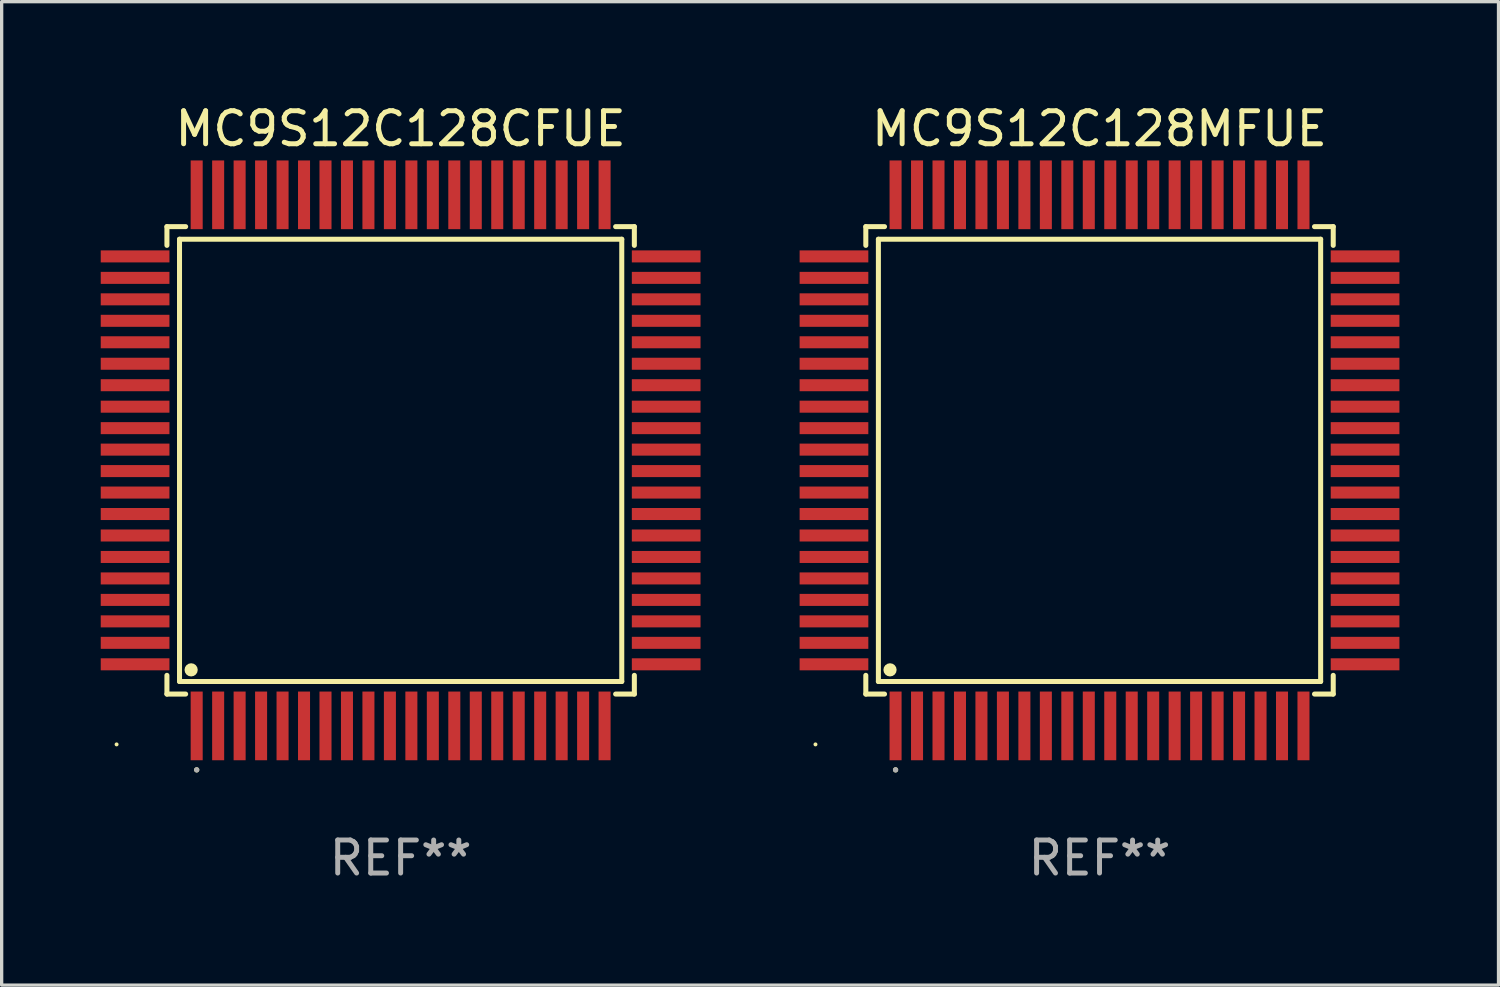
<source format=kicad_pcb>
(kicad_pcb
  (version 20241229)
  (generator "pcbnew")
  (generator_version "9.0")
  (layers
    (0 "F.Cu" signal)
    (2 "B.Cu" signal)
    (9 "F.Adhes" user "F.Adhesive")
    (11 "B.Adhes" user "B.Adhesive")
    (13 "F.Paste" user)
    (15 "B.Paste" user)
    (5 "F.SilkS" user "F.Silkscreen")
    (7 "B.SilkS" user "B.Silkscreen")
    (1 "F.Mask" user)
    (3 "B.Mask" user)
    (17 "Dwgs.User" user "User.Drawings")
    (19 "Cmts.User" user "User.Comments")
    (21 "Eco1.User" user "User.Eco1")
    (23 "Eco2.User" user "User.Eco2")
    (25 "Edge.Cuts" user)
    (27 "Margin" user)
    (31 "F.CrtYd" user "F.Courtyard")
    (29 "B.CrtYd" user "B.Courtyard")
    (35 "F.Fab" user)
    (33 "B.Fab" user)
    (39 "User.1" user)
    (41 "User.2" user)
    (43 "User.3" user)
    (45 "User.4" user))
  (footprint "MC9S12C128CFUE"
    (layer "F.Cu")
    (at 9.08 10.888)
    (property "Reference" "MC9S12C128CFUE" (at 0 -10.04 0) (layer "F.SilkS") (effects (font (size 1 1) (thickness 0.15))))
    (attr through_hole)
    (fp_line (start -7.076 -7.076) (end -7.076 -6.509) (stroke (width 0.152) (type solid)) (layer "F.SilkS"))
    (fp_line (start -7.076 7.076) (end -7.076 6.509) (stroke (width 0.152) (type solid)) (layer "F.SilkS"))
    (fp_line (start -6.695 -6.695) (end 6.695 -6.695) (stroke (width 0.152) (type solid)) (layer "F.SilkS"))
    (fp_line (start -6.695 6.695) (end -6.695 -6.695) (stroke (width 0.152) (type solid)) (layer "F.SilkS"))
    (fp_line (start -6.509 -7.076) (end -7.076 -7.076) (stroke (width 0.152) (type solid)) (layer "F.SilkS"))
    (fp_line (start -6.509 7.076) (end -7.076 7.076) (stroke (width 0.152) (type solid)) (layer "F.SilkS"))
    (fp_line (start 6.509 -7.076) (end 7.076 -7.076) (stroke (width 0.152) (type solid)) (layer "F.SilkS"))
    (fp_line (start 6.509 7.076) (end 7.076 7.076) (stroke (width 0.152) (type solid)) (layer "F.SilkS"))
    (fp_line (start 6.695 -6.695) (end 6.695 6.695) (stroke (width 0.152) (type solid)) (layer "F.SilkS"))
    (fp_line (start 6.695 6.695) (end -6.695 6.695) (stroke (width 0.152) (type solid)) (layer "F.SilkS"))
    (fp_line (start 7.076 -7.076) (end 7.076 -6.509) (stroke (width 0.152) (type solid)) (layer "F.SilkS"))
    (fp_line (start 7.076 7.076) (end 7.076 6.509) (stroke (width 0.152) (type solid)) (layer "F.SilkS"))
    (fp_circle (center -8.6 8.6) (end -8.57 8.6) (stroke (width 0.06) (type solid)) (fill no) (layer "F.SilkS"))
    (fp_circle (center -6.343 6.343) (end -6.243 6.343) (stroke (width 0.2) (type solid)) (fill no) (layer "F.SilkS"))
    (fp_circle (center -6.175 9.371) (end -6.135 9.371) (stroke (width 0.08) (type solid)) (fill no) (layer "F.SilkS"))
    (fp_circle (center -6.175 9.371) (end -6.135 9.371) (stroke (width 0.08) (type solid)) (fill no) (layer "F.Fab"))
    (fp_text user "REF**" (at 0 12.04 0) (layer "F.Fab") (effects (font (size 1 1) (thickness 0.15))))
    (pad "1" smd rect (at -6.175 8.04) (size 0.364 2.08) (layers "F.Cu" "F.Mask" "F.Paste"))
    (pad "2" smd rect (at -5.525 8.04) (size 0.364 2.08) (layers "F.Cu" "F.Mask" "F.Paste"))
    (pad "3" smd rect (at -4.875 8.04) (size 0.364 2.08) (layers "F.Cu" "F.Mask" "F.Paste"))
    (pad "4" smd rect (at -4.225 8.04) (size 0.364 2.08) (layers "F.Cu" "F.Mask" "F.Paste"))
    (pad "5" smd rect (at -3.575 8.04) (size 0.364 2.08) (layers "F.Cu" "F.Mask" "F.Paste"))
    (pad "6" smd rect (at -2.925 8.04) (size 0.364 2.08) (layers "F.Cu" "F.Mask" "F.Paste"))
    (pad "7" smd rect (at -2.275 8.04) (size 0.364 2.08) (layers "F.Cu" "F.Mask" "F.Paste"))
    (pad "8" smd rect (at -1.625 8.04) (size 0.364 2.08) (layers "F.Cu" "F.Mask" "F.Paste"))
    (pad "9" smd rect (at -0.975 8.04) (size 0.364 2.08) (layers "F.Cu" "F.Mask" "F.Paste"))
    (pad "10" smd rect (at -0.325 8.04) (size 0.364 2.08) (layers "F.Cu" "F.Mask" "F.Paste"))
    (pad "11" smd rect (at 0.325 8.04) (size 0.364 2.08) (layers "F.Cu" "F.Mask" "F.Paste"))
    (pad "12" smd rect (at 0.975 8.04) (size 0.364 2.08) (layers "F.Cu" "F.Mask" "F.Paste"))
    (pad "13" smd rect (at 1.625 8.04) (size 0.364 2.08) (layers "F.Cu" "F.Mask" "F.Paste"))
    (pad "14" smd rect (at 2.275 8.04) (size 0.364 2.08) (layers "F.Cu" "F.Mask" "F.Paste"))
    (pad "15" smd rect (at 2.925 8.04) (size 0.364 2.08) (layers "F.Cu" "F.Mask" "F.Paste"))
    (pad "16" smd rect (at 3.575 8.04) (size 0.364 2.08) (layers "F.Cu" "F.Mask" "F.Paste"))
    (pad "17" smd rect (at 4.225 8.04) (size 0.364 2.08) (layers "F.Cu" "F.Mask" "F.Paste"))
    (pad "18" smd rect (at 4.875 8.04) (size 0.364 2.08) (layers "F.Cu" "F.Mask" "F.Paste"))
    (pad "19" smd rect (at 5.525 8.04) (size 0.364 2.08) (layers "F.Cu" "F.Mask" "F.Paste"))
    (pad "20" smd rect (at 6.175 8.04) (size 0.364 2.08) (layers "F.Cu" "F.Mask" "F.Paste"))
    (pad "21" smd rect (at 8.04 6.175) (size 2.08 0.364) (layers "F.Cu" "F.Mask" "F.Paste"))
    (pad "22" smd rect (at 8.04 5.525) (size 2.08 0.364) (layers "F.Cu" "F.Mask" "F.Paste"))
    (pad "23" smd rect (at 8.04 4.875) (size 2.08 0.364) (layers "F.Cu" "F.Mask" "F.Paste"))
    (pad "24" smd rect (at 8.04 4.225) (size 2.08 0.364) (layers "F.Cu" "F.Mask" "F.Paste"))
    (pad "25" smd rect (at 8.04 3.575) (size 2.08 0.364) (layers "F.Cu" "F.Mask" "F.Paste"))
    (pad "26" smd rect (at 8.04 2.925) (size 2.08 0.364) (layers "F.Cu" "F.Mask" "F.Paste"))
    (pad "27" smd rect (at 8.04 2.275) (size 2.08 0.364) (layers "F.Cu" "F.Mask" "F.Paste"))
    (pad "28" smd rect (at 8.04 1.625) (size 2.08 0.364) (layers "F.Cu" "F.Mask" "F.Paste"))
    (pad "29" smd rect (at 8.04 0.975) (size 2.08 0.364) (layers "F.Cu" "F.Mask" "F.Paste"))
    (pad "30" smd rect (at 8.04 0.325) (size 2.08 0.364) (layers "F.Cu" "F.Mask" "F.Paste"))
    (pad "31" smd rect (at 8.04 -0.325) (size 2.08 0.364) (layers "F.Cu" "F.Mask" "F.Paste"))
    (pad "32" smd rect (at 8.04 -0.975) (size 2.08 0.364) (layers "F.Cu" "F.Mask" "F.Paste"))
    (pad "33" smd rect (at 8.04 -1.625) (size 2.08 0.364) (layers "F.Cu" "F.Mask" "F.Paste"))
    (pad "34" smd rect (at 8.04 -2.275) (size 2.08 0.364) (layers "F.Cu" "F.Mask" "F.Paste"))
    (pad "35" smd rect (at 8.04 -2.925) (size 2.08 0.364) (layers "F.Cu" "F.Mask" "F.Paste"))
    (pad "36" smd rect (at 8.04 -3.575) (size 2.08 0.364) (layers "F.Cu" "F.Mask" "F.Paste"))
    (pad "37" smd rect (at 8.04 -4.225) (size 2.08 0.364) (layers "F.Cu" "F.Mask" "F.Paste"))
    (pad "38" smd rect (at 8.04 -4.875) (size 2.08 0.364) (layers "F.Cu" "F.Mask" "F.Paste"))
    (pad "39" smd rect (at 8.04 -5.525) (size 2.08 0.364) (layers "F.Cu" "F.Mask" "F.Paste"))
    (pad "40" smd rect (at 8.04 -6.175) (size 2.08 0.364) (layers "F.Cu" "F.Mask" "F.Paste"))
    (pad "41" smd rect (at 6.175 -8.04) (size 0.364 2.08) (layers "F.Cu" "F.Mask" "F.Paste"))
    (pad "42" smd rect (at 5.525 -8.04) (size 0.364 2.08) (layers "F.Cu" "F.Mask" "F.Paste"))
    (pad "43" smd rect (at 4.875 -8.04) (size 0.364 2.08) (layers "F.Cu" "F.Mask" "F.Paste"))
    (pad "44" smd rect (at 4.225 -8.04) (size 0.364 2.08) (layers "F.Cu" "F.Mask" "F.Paste"))
    (pad "45" smd rect (at 3.575 -8.04) (size 0.364 2.08) (layers "F.Cu" "F.Mask" "F.Paste"))
    (pad "46" smd rect (at 2.925 -8.04) (size 0.364 2.08) (layers "F.Cu" "F.Mask" "F.Paste"))
    (pad "47" smd rect (at 2.275 -8.04) (size 0.364 2.08) (layers "F.Cu" "F.Mask" "F.Paste"))
    (pad "48" smd rect (at 1.625 -8.04) (size 0.364 2.08) (layers "F.Cu" "F.Mask" "F.Paste"))
    (pad "49" smd rect (at 0.975 -8.04) (size 0.364 2.08) (layers "F.Cu" "F.Mask" "F.Paste"))
    (pad "50" smd rect (at 0.325 -8.04) (size 0.364 2.08) (layers "F.Cu" "F.Mask" "F.Paste"))
    (pad "51" smd rect (at -0.325 -8.04) (size 0.364 2.08) (layers "F.Cu" "F.Mask" "F.Paste"))
    (pad "52" smd rect (at -0.975 -8.04) (size 0.364 2.08) (layers "F.Cu" "F.Mask" "F.Paste"))
    (pad "53" smd rect (at -1.625 -8.04) (size 0.364 2.08) (layers "F.Cu" "F.Mask" "F.Paste"))
    (pad "54" smd rect (at -2.275 -8.04) (size 0.364 2.08) (layers "F.Cu" "F.Mask" "F.Paste"))
    (pad "55" smd rect (at -2.925 -8.04) (size 0.364 2.08) (layers "F.Cu" "F.Mask" "F.Paste"))
    (pad "56" smd rect (at -3.575 -8.04) (size 0.364 2.08) (layers "F.Cu" "F.Mask" "F.Paste"))
    (pad "57" smd rect (at -4.225 -8.04) (size 0.364 2.08) (layers "F.Cu" "F.Mask" "F.Paste"))
    (pad "58" smd rect (at -4.875 -8.04) (size 0.364 2.08) (layers "F.Cu" "F.Mask" "F.Paste"))
    (pad "59" smd rect (at -5.525 -8.04) (size 0.364 2.08) (layers "F.Cu" "F.Mask" "F.Paste"))
    (pad "60" smd rect (at -6.175 -8.04) (size 0.364 2.08) (layers "F.Cu" "F.Mask" "F.Paste"))
    (pad "61" smd rect (at -8.04 -6.175) (size 2.08 0.364) (layers "F.Cu" "F.Mask" "F.Paste"))
    (pad "62" smd rect (at -8.04 -5.525) (size 2.08 0.364) (layers "F.Cu" "F.Mask" "F.Paste"))
    (pad "63" smd rect (at -8.04 -4.875) (size 2.08 0.364) (layers "F.Cu" "F.Mask" "F.Paste"))
    (pad "64" smd rect (at -8.04 -4.225) (size 2.08 0.364) (layers "F.Cu" "F.Mask" "F.Paste"))
    (pad "65" smd rect (at -8.04 -3.575) (size 2.08 0.364) (layers "F.Cu" "F.Mask" "F.Paste"))
    (pad "66" smd rect (at -8.04 -2.925) (size 2.08 0.364) (layers "F.Cu" "F.Mask" "F.Paste"))
    (pad "67" smd rect (at -8.04 -2.275) (size 2.08 0.364) (layers "F.Cu" "F.Mask" "F.Paste"))
    (pad "68" smd rect (at -8.04 -1.625) (size 2.08 0.364) (layers "F.Cu" "F.Mask" "F.Paste"))
    (pad "69" smd rect (at -8.04 -0.975) (size 2.08 0.364) (layers "F.Cu" "F.Mask" "F.Paste"))
    (pad "70" smd rect (at -8.04 -0.325) (size 2.08 0.364) (layers "F.Cu" "F.Mask" "F.Paste"))
    (pad "71" smd rect (at -8.04 0.325) (size 2.08 0.364) (layers "F.Cu" "F.Mask" "F.Paste"))
    (pad "72" smd rect (at -8.04 0.975) (size 2.08 0.364) (layers "F.Cu" "F.Mask" "F.Paste"))
    (pad "73" smd rect (at -8.04 1.625) (size 2.08 0.364) (layers "F.Cu" "F.Mask" "F.Paste"))
    (pad "74" smd rect (at -8.04 2.275) (size 2.08 0.364) (layers "F.Cu" "F.Mask" "F.Paste"))
    (pad "75" smd rect (at -8.04 2.925) (size 2.08 0.364) (layers "F.Cu" "F.Mask" "F.Paste"))
    (pad "76" smd rect (at -8.04 3.575) (size 2.08 0.364) (layers "F.Cu" "F.Mask" "F.Paste"))
    (pad "77" smd rect (at -8.04 4.225) (size 2.08 0.364) (layers "F.Cu" "F.Mask" "F.Paste"))
    (pad "78" smd rect (at -8.04 4.875) (size 2.08 0.364) (layers "F.Cu" "F.Mask" "F.Paste"))
    (pad "79" smd rect (at -8.04 5.525) (size 2.08 0.364) (layers "F.Cu" "F.Mask" "F.Paste"))
    (pad "80" smd rect (at -8.04 6.175) (size 2.08 0.364) (layers "F.Cu" "F.Mask" "F.Paste")))
  (footprint "MC9S12C128MFUE"
    (layer "F.Cu")
    (at 30.24 10.888)
    (property "Reference" "MC9S12C128MFUE" (at 0 -10.04 0) (layer "F.SilkS") (effects (font (size 1 1) (thickness 0.15))))
    (attr through_hole)
    (fp_line (start -7.076 -7.076) (end -7.076 -6.509) (stroke (width 0.152) (type solid)) (layer "F.SilkS"))
    (fp_line (start -7.076 7.076) (end -7.076 6.509) (stroke (width 0.152) (type solid)) (layer "F.SilkS"))
    (fp_line (start -6.695 -6.695) (end 6.695 -6.695) (stroke (width 0.152) (type solid)) (layer "F.SilkS"))
    (fp_line (start -6.695 6.695) (end -6.695 -6.695) (stroke (width 0.152) (type solid)) (layer "F.SilkS"))
    (fp_line (start -6.509 -7.076) (end -7.076 -7.076) (stroke (width 0.152) (type solid)) (layer "F.SilkS"))
    (fp_line (start -6.509 7.076) (end -7.076 7.076) (stroke (width 0.152) (type solid)) (layer "F.SilkS"))
    (fp_line (start 6.509 -7.076) (end 7.076 -7.076) (stroke (width 0.152) (type solid)) (layer "F.SilkS"))
    (fp_line (start 6.509 7.076) (end 7.076 7.076) (stroke (width 0.152) (type solid)) (layer "F.SilkS"))
    (fp_line (start 6.695 -6.695) (end 6.695 6.695) (stroke (width 0.152) (type solid)) (layer "F.SilkS"))
    (fp_line (start 6.695 6.695) (end -6.695 6.695) (stroke (width 0.152) (type solid)) (layer "F.SilkS"))
    (fp_line (start 7.076 -7.076) (end 7.076 -6.509) (stroke (width 0.152) (type solid)) (layer "F.SilkS"))
    (fp_line (start 7.076 7.076) (end 7.076 6.509) (stroke (width 0.152) (type solid)) (layer "F.SilkS"))
    (fp_circle (center -8.6 8.6) (end -8.57 8.6) (stroke (width 0.06) (type solid)) (fill no) (layer "F.SilkS"))
    (fp_circle (center -6.343 6.343) (end -6.243 6.343) (stroke (width 0.2) (type solid)) (fill no) (layer "F.SilkS"))
    (fp_circle (center -6.175 9.371) (end -6.135 9.371) (stroke (width 0.08) (type solid)) (fill no) (layer "F.SilkS"))
    (fp_circle (center -6.175 9.371) (end -6.135 9.371) (stroke (width 0.08) (type solid)) (fill no) (layer "F.Fab"))
    (fp_text user "REF**" (at 0 12.04 0) (layer "F.Fab") (effects (font (size 1 1) (thickness 0.15))))
    (pad "1" smd rect (at -6.175 8.04) (size 0.364 2.08) (layers "F.Cu" "F.Mask" "F.Paste"))
    (pad "2" smd rect (at -5.525 8.04) (size 0.364 2.08) (layers "F.Cu" "F.Mask" "F.Paste"))
    (pad "3" smd rect (at -4.875 8.04) (size 0.364 2.08) (layers "F.Cu" "F.Mask" "F.Paste"))
    (pad "4" smd rect (at -4.225 8.04) (size 0.364 2.08) (layers "F.Cu" "F.Mask" "F.Paste"))
    (pad "5" smd rect (at -3.575 8.04) (size 0.364 2.08) (layers "F.Cu" "F.Mask" "F.Paste"))
    (pad "6" smd rect (at -2.925 8.04) (size 0.364 2.08) (layers "F.Cu" "F.Mask" "F.Paste"))
    (pad "7" smd rect (at -2.275 8.04) (size 0.364 2.08) (layers "F.Cu" "F.Mask" "F.Paste"))
    (pad "8" smd rect (at -1.625 8.04) (size 0.364 2.08) (layers "F.Cu" "F.Mask" "F.Paste"))
    (pad "9" smd rect (at -0.975 8.04) (size 0.364 2.08) (layers "F.Cu" "F.Mask" "F.Paste"))
    (pad "10" smd rect (at -0.325 8.04) (size 0.364 2.08) (layers "F.Cu" "F.Mask" "F.Paste"))
    (pad "11" smd rect (at 0.325 8.04) (size 0.364 2.08) (layers "F.Cu" "F.Mask" "F.Paste"))
    (pad "12" smd rect (at 0.975 8.04) (size 0.364 2.08) (layers "F.Cu" "F.Mask" "F.Paste"))
    (pad "13" smd rect (at 1.625 8.04) (size 0.364 2.08) (layers "F.Cu" "F.Mask" "F.Paste"))
    (pad "14" smd rect (at 2.275 8.04) (size 0.364 2.08) (layers "F.Cu" "F.Mask" "F.Paste"))
    (pad "15" smd rect (at 2.925 8.04) (size 0.364 2.08) (layers "F.Cu" "F.Mask" "F.Paste"))
    (pad "16" smd rect (at 3.575 8.04) (size 0.364 2.08) (layers "F.Cu" "F.Mask" "F.Paste"))
    (pad "17" smd rect (at 4.225 8.04) (size 0.364 2.08) (layers "F.Cu" "F.Mask" "F.Paste"))
    (pad "18" smd rect (at 4.875 8.04) (size 0.364 2.08) (layers "F.Cu" "F.Mask" "F.Paste"))
    (pad "19" smd rect (at 5.525 8.04) (size 0.364 2.08) (layers "F.Cu" "F.Mask" "F.Paste"))
    (pad "20" smd rect (at 6.175 8.04) (size 0.364 2.08) (layers "F.Cu" "F.Mask" "F.Paste"))
    (pad "21" smd rect (at 8.04 6.175) (size 2.08 0.364) (layers "F.Cu" "F.Mask" "F.Paste"))
    (pad "22" smd rect (at 8.04 5.525) (size 2.08 0.364) (layers "F.Cu" "F.Mask" "F.Paste"))
    (pad "23" smd rect (at 8.04 4.875) (size 2.08 0.364) (layers "F.Cu" "F.Mask" "F.Paste"))
    (pad "24" smd rect (at 8.04 4.225) (size 2.08 0.364) (layers "F.Cu" "F.Mask" "F.Paste"))
    (pad "25" smd rect (at 8.04 3.575) (size 2.08 0.364) (layers "F.Cu" "F.Mask" "F.Paste"))
    (pad "26" smd rect (at 8.04 2.925) (size 2.08 0.364) (layers "F.Cu" "F.Mask" "F.Paste"))
    (pad "27" smd rect (at 8.04 2.275) (size 2.08 0.364) (layers "F.Cu" "F.Mask" "F.Paste"))
    (pad "28" smd rect (at 8.04 1.625) (size 2.08 0.364) (layers "F.Cu" "F.Mask" "F.Paste"))
    (pad "29" smd rect (at 8.04 0.975) (size 2.08 0.364) (layers "F.Cu" "F.Mask" "F.Paste"))
    (pad "30" smd rect (at 8.04 0.325) (size 2.08 0.364) (layers "F.Cu" "F.Mask" "F.Paste"))
    (pad "31" smd rect (at 8.04 -0.325) (size 2.08 0.364) (layers "F.Cu" "F.Mask" "F.Paste"))
    (pad "32" smd rect (at 8.04 -0.975) (size 2.08 0.364) (layers "F.Cu" "F.Mask" "F.Paste"))
    (pad "33" smd rect (at 8.04 -1.625) (size 2.08 0.364) (layers "F.Cu" "F.Mask" "F.Paste"))
    (pad "34" smd rect (at 8.04 -2.275) (size 2.08 0.364) (layers "F.Cu" "F.Mask" "F.Paste"))
    (pad "35" smd rect (at 8.04 -2.925) (size 2.08 0.364) (layers "F.Cu" "F.Mask" "F.Paste"))
    (pad "36" smd rect (at 8.04 -3.575) (size 2.08 0.364) (layers "F.Cu" "F.Mask" "F.Paste"))
    (pad "37" smd rect (at 8.04 -4.225) (size 2.08 0.364) (layers "F.Cu" "F.Mask" "F.Paste"))
    (pad "38" smd rect (at 8.04 -4.875) (size 2.08 0.364) (layers "F.Cu" "F.Mask" "F.Paste"))
    (pad "39" smd rect (at 8.04 -5.525) (size 2.08 0.364) (layers "F.Cu" "F.Mask" "F.Paste"))
    (pad "40" smd rect (at 8.04 -6.175) (size 2.08 0.364) (layers "F.Cu" "F.Mask" "F.Paste"))
    (pad "41" smd rect (at 6.175 -8.04) (size 0.364 2.08) (layers "F.Cu" "F.Mask" "F.Paste"))
    (pad "42" smd rect (at 5.525 -8.04) (size 0.364 2.08) (layers "F.Cu" "F.Mask" "F.Paste"))
    (pad "43" smd rect (at 4.875 -8.04) (size 0.364 2.08) (layers "F.Cu" "F.Mask" "F.Paste"))
    (pad "44" smd rect (at 4.225 -8.04) (size 0.364 2.08) (layers "F.Cu" "F.Mask" "F.Paste"))
    (pad "45" smd rect (at 3.575 -8.04) (size 0.364 2.08) (layers "F.Cu" "F.Mask" "F.Paste"))
    (pad "46" smd rect (at 2.925 -8.04) (size 0.364 2.08) (layers "F.Cu" "F.Mask" "F.Paste"))
    (pad "47" smd rect (at 2.275 -8.04) (size 0.364 2.08) (layers "F.Cu" "F.Mask" "F.Paste"))
    (pad "48" smd rect (at 1.625 -8.04) (size 0.364 2.08) (layers "F.Cu" "F.Mask" "F.Paste"))
    (pad "49" smd rect (at 0.975 -8.04) (size 0.364 2.08) (layers "F.Cu" "F.Mask" "F.Paste"))
    (pad "50" smd rect (at 0.325 -8.04) (size 0.364 2.08) (layers "F.Cu" "F.Mask" "F.Paste"))
    (pad "51" smd rect (at -0.325 -8.04) (size 0.364 2.08) (layers "F.Cu" "F.Mask" "F.Paste"))
    (pad "52" smd rect (at -0.975 -8.04) (size 0.364 2.08) (layers "F.Cu" "F.Mask" "F.Paste"))
    (pad "53" smd rect (at -1.625 -8.04) (size 0.364 2.08) (layers "F.Cu" "F.Mask" "F.Paste"))
    (pad "54" smd rect (at -2.275 -8.04) (size 0.364 2.08) (layers "F.Cu" "F.Mask" "F.Paste"))
    (pad "55" smd rect (at -2.925 -8.04) (size 0.364 2.08) (layers "F.Cu" "F.Mask" "F.Paste"))
    (pad "56" smd rect (at -3.575 -8.04) (size 0.364 2.08) (layers "F.Cu" "F.Mask" "F.Paste"))
    (pad "57" smd rect (at -4.225 -8.04) (size 0.364 2.08) (layers "F.Cu" "F.Mask" "F.Paste"))
    (pad "58" smd rect (at -4.875 -8.04) (size 0.364 2.08) (layers "F.Cu" "F.Mask" "F.Paste"))
    (pad "59" smd rect (at -5.525 -8.04) (size 0.364 2.08) (layers "F.Cu" "F.Mask" "F.Paste"))
    (pad "60" smd rect (at -6.175 -8.04) (size 0.364 2.08) (layers "F.Cu" "F.Mask" "F.Paste"))
    (pad "61" smd rect (at -8.04 -6.175) (size 2.08 0.364) (layers "F.Cu" "F.Mask" "F.Paste"))
    (pad "62" smd rect (at -8.04 -5.525) (size 2.08 0.364) (layers "F.Cu" "F.Mask" "F.Paste"))
    (pad "63" smd rect (at -8.04 -4.875) (size 2.08 0.364) (layers "F.Cu" "F.Mask" "F.Paste"))
    (pad "64" smd rect (at -8.04 -4.225) (size 2.08 0.364) (layers "F.Cu" "F.Mask" "F.Paste"))
    (pad "65" smd rect (at -8.04 -3.575) (size 2.08 0.364) (layers "F.Cu" "F.Mask" "F.Paste"))
    (pad "66" smd rect (at -8.04 -2.925) (size 2.08 0.364) (layers "F.Cu" "F.Mask" "F.Paste"))
    (pad "67" smd rect (at -8.04 -2.275) (size 2.08 0.364) (layers "F.Cu" "F.Mask" "F.Paste"))
    (pad "68" smd rect (at -8.04 -1.625) (size 2.08 0.364) (layers "F.Cu" "F.Mask" "F.Paste"))
    (pad "69" smd rect (at -8.04 -0.975) (size 2.08 0.364) (layers "F.Cu" "F.Mask" "F.Paste"))
    (pad "70" smd rect (at -8.04 -0.325) (size 2.08 0.364) (layers "F.Cu" "F.Mask" "F.Paste"))
    (pad "71" smd rect (at -8.04 0.325) (size 2.08 0.364) (layers "F.Cu" "F.Mask" "F.Paste"))
    (pad "72" smd rect (at -8.04 0.975) (size 2.08 0.364) (layers "F.Cu" "F.Mask" "F.Paste"))
    (pad "73" smd rect (at -8.04 1.625) (size 2.08 0.364) (layers "F.Cu" "F.Mask" "F.Paste"))
    (pad "74" smd rect (at -8.04 2.275) (size 2.08 0.364) (layers "F.Cu" "F.Mask" "F.Paste"))
    (pad "75" smd rect (at -8.04 2.925) (size 2.08 0.364) (layers "F.Cu" "F.Mask" "F.Paste"))
    (pad "76" smd rect (at -8.04 3.575) (size 2.08 0.364) (layers "F.Cu" "F.Mask" "F.Paste"))
    (pad "77" smd rect (at -8.04 4.225) (size 2.08 0.364) (layers "F.Cu" "F.Mask" "F.Paste"))
    (pad "78" smd rect (at -8.04 4.875) (size 2.08 0.364) (layers "F.Cu" "F.Mask" "F.Paste"))
    (pad "79" smd rect (at -8.04 5.525) (size 2.08 0.364) (layers "F.Cu" "F.Mask" "F.Paste"))
    (pad "80" smd rect (at -8.04 6.175) (size 2.08 0.364) (layers "F.Cu" "F.Mask" "F.Paste")))
  (gr_rect
    (start -3 -3)
    (end 42.32 26.776)
    (stroke (width 0.1) (type default))
    (fill no)
    (layer "Edge.Cuts")))
</source>
